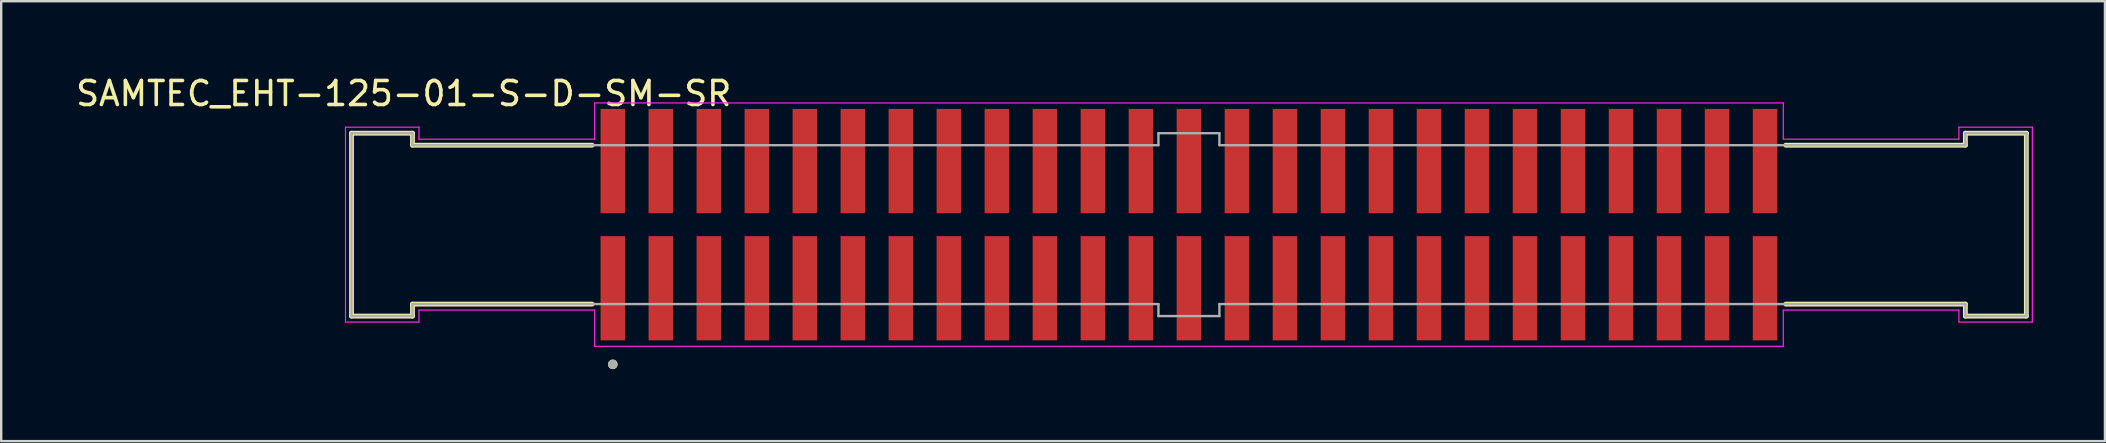
<source format=kicad_pcb>
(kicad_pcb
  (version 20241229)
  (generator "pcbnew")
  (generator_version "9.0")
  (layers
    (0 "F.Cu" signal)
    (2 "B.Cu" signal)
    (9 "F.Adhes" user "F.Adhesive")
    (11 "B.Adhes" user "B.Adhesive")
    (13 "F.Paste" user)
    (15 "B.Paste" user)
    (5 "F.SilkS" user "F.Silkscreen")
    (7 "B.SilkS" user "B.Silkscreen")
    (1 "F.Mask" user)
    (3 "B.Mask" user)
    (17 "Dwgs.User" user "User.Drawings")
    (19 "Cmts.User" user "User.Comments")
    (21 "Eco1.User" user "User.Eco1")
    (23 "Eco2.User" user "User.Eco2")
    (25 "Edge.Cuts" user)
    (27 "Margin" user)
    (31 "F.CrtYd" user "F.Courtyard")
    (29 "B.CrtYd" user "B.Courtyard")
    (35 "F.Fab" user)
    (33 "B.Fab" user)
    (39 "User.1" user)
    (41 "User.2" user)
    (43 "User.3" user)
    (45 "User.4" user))
  (footprint "SAMTEC_EHT-125-01-S-D-SM-SR"
    (layer "F.Cu")
    (at 46.478 6.308)
    (property "Reference" "SAMTEC_EHT-125-01-S-D-SM-SR" (at -32.71 -5.46 0) (layer "F.SilkS") (effects (font (size 1 1) (thickness 0.15))))
    (attr smd)
    (fp_line (start -34.885 -3.81) (end -32.345 -3.81) (stroke (width 0.2) (type solid)) (layer "F.SilkS"))
    (fp_line (start -34.885 3.81) (end -34.885 -3.81) (stroke (width 0.2) (type solid)) (layer "F.SilkS"))
    (fp_line (start -34.885 3.81) (end -32.345 3.81) (stroke (width 0.2) (type solid)) (layer "F.SilkS"))
    (fp_line (start -32.345 -3.31) (end -32.345 -3.81) (stroke (width 0.2) (type solid)) (layer "F.SilkS"))
    (fp_line (start -32.345 -3.31) (end -24.86 -3.31) (stroke (width 0.2) (type solid)) (layer "F.SilkS"))
    (fp_line (start -32.345 3.31) (end -32.345 3.81) (stroke (width 0.2) (type solid)) (layer "F.SilkS"))
    (fp_line (start -32.345 3.31) (end -24.86 3.31) (stroke (width 0.2) (type solid)) (layer "F.SilkS"))
    (fp_line (start 32.345 -3.31) (end 24.86 -3.31) (stroke (width 0.2) (type solid)) (layer "F.SilkS"))
    (fp_line (start 32.345 -3.31) (end 32.345 -3.81) (stroke (width 0.2) (type solid)) (layer "F.SilkS"))
    (fp_line (start 32.345 3.31) (end 24.86 3.31) (stroke (width 0.2) (type solid)) (layer "F.SilkS"))
    (fp_line (start 32.345 3.31) (end 32.345 3.81) (stroke (width 0.2) (type solid)) (layer "F.SilkS"))
    (fp_line (start 34.885 -3.81) (end 32.345 -3.81) (stroke (width 0.2) (type solid)) (layer "F.SilkS"))
    (fp_line (start 34.885 3.81) (end 32.345 3.81) (stroke (width 0.2) (type solid)) (layer "F.SilkS"))
    (fp_line (start 34.885 3.81) (end 34.885 -3.81) (stroke (width 0.2) (type solid)) (layer "F.SilkS"))
    (fp_circle (center -24 5.82) (end -23.9 5.82) (stroke (width 0.2) (type solid)) (fill no) (layer "F.SilkS"))
    (fp_line (start -35.135 -4.06) (end -32.075 -4.06) (stroke (width 0.05) (type solid)) (layer "F.CrtYd"))
    (fp_line (start -35.135 4.06) (end -35.135 -4.06) (stroke (width 0.05) (type solid)) (layer "F.CrtYd"))
    (fp_line (start -35.135 4.06) (end -32.075 4.06) (stroke (width 0.05) (type solid)) (layer "F.CrtYd"))
    (fp_line (start -32.075 -3.56) (end -32.075 -4.06) (stroke (width 0.05) (type solid)) (layer "F.CrtYd"))
    (fp_line (start -32.075 -3.56) (end -24.76 -3.56) (stroke (width 0.05) (type solid)) (layer "F.CrtYd"))
    (fp_line (start -32.075 3.56) (end -32.075 4.06) (stroke (width 0.05) (type solid)) (layer "F.CrtYd"))
    (fp_line (start -32.075 3.56) (end -24.76 3.56) (stroke (width 0.05) (type solid)) (layer "F.CrtYd"))
    (fp_line (start -24.76 -5.07) (end 24.76 -5.07) (stroke (width 0.05) (type solid)) (layer "F.CrtYd"))
    (fp_line (start -24.76 -3.56) (end -24.76 -5.07) (stroke (width 0.05) (type solid)) (layer "F.CrtYd"))
    (fp_line (start -24.76 3.56) (end -24.76 5.07) (stroke (width 0.05) (type solid)) (layer "F.CrtYd"))
    (fp_line (start -24.76 5.07) (end 24.76 5.07) (stroke (width 0.05) (type solid)) (layer "F.CrtYd"))
    (fp_line (start 24.76 -3.56) (end 24.76 -5.07) (stroke (width 0.05) (type solid)) (layer "F.CrtYd"))
    (fp_line (start 24.76 3.56) (end 24.76 5.07) (stroke (width 0.05) (type solid)) (layer "F.CrtYd"))
    (fp_line (start 32.075 -3.56) (end 24.76 -3.56) (stroke (width 0.05) (type solid)) (layer "F.CrtYd"))
    (fp_line (start 32.075 -3.56) (end 32.075 -4.06) (stroke (width 0.05) (type solid)) (layer "F.CrtYd"))
    (fp_line (start 32.075 3.56) (end 24.76 3.56) (stroke (width 0.05) (type solid)) (layer "F.CrtYd"))
    (fp_line (start 32.075 3.56) (end 32.075 4.06) (stroke (width 0.05) (type solid)) (layer "F.CrtYd"))
    (fp_line (start 35.135 -4.06) (end 32.075 -4.06) (stroke (width 0.05) (type solid)) (layer "F.CrtYd"))
    (fp_line (start 35.135 4.06) (end 32.075 4.06) (stroke (width 0.05) (type solid)) (layer "F.CrtYd"))
    (fp_line (start 35.135 4.06) (end 35.135 -4.06) (stroke (width 0.05) (type solid)) (layer "F.CrtYd"))
    (fp_line (start -34.885 -3.81) (end -32.345 -3.81) (stroke (width 0.1) (type solid)) (layer "F.Fab"))
    (fp_line (start -34.885 3.81) (end -34.885 -3.81) (stroke (width 0.1) (type solid)) (layer "F.Fab"))
    (fp_line (start -34.885 3.81) (end -32.345 3.81) (stroke (width 0.1) (type solid)) (layer "F.Fab"))
    (fp_line (start -32.345 -3.31) (end -32.345 -3.81) (stroke (width 0.1) (type solid)) (layer "F.Fab"))
    (fp_line (start -32.345 -3.31) (end -1.27 -3.31) (stroke (width 0.1) (type solid)) (layer "F.Fab"))
    (fp_line (start -32.345 3.31) (end -32.345 3.81) (stroke (width 0.1) (type solid)) (layer "F.Fab"))
    (fp_line (start -32.345 3.31) (end -1.27 3.31) (stroke (width 0.1) (type solid)) (layer "F.Fab"))
    (fp_line (start -1.27 -3.81) (end 1.27 -3.81) (stroke (width 0.1) (type solid)) (layer "F.Fab"))
    (fp_line (start -1.27 -3.31) (end -1.27 -3.81) (stroke (width 0.1) (type solid)) (layer "F.Fab"))
    (fp_line (start -1.27 3.31) (end -1.27 3.81) (stroke (width 0.1) (type solid)) (layer "F.Fab"))
    (fp_line (start -1.27 3.81) (end 1.27 3.81) (stroke (width 0.1) (type solid)) (layer "F.Fab"))
    (fp_line (start 1.27 -3.31) (end 1.27 -3.81) (stroke (width 0.1) (type solid)) (layer "F.Fab"))
    (fp_line (start 1.27 3.31) (end 1.27 3.81) (stroke (width 0.1) (type solid)) (layer "F.Fab"))
    (fp_line (start 32.345 -3.31) (end 1.27 -3.31) (stroke (width 0.1) (type solid)) (layer "F.Fab"))
    (fp_line (start 32.345 -3.31) (end 32.345 -3.81) (stroke (width 0.1) (type solid)) (layer "F.Fab"))
    (fp_line (start 32.345 3.31) (end 1.27 3.31) (stroke (width 0.1) (type solid)) (layer "F.Fab"))
    (fp_line (start 32.345 3.31) (end 32.345 3.81) (stroke (width 0.1) (type solid)) (layer "F.Fab"))
    (fp_line (start 34.885 -3.81) (end 32.345 -3.81) (stroke (width 0.1) (type solid)) (layer "F.Fab"))
    (fp_line (start 34.885 3.81) (end 32.345 3.81) (stroke (width 0.1) (type solid)) (layer "F.Fab"))
    (fp_line (start 34.885 3.81) (end 34.885 -3.81) (stroke (width 0.1) (type solid)) (layer "F.Fab"))
    (fp_circle (center -24 5.82) (end -23.9 5.82) (stroke (width 0.2) (type solid)) (fill no) (layer "F.Fab"))
    (pad "01" smd rect (at -24 2.65) (size 1.02 4.34) (layers "F.Cu" "F.Mask" "F.Paste"))
    (pad "02" smd rect (at -24 -2.65) (size 1.02 4.34) (layers "F.Cu" "F.Mask" "F.Paste"))
    (pad "03" smd rect (at -22 2.65) (size 1.02 4.34) (layers "F.Cu" "F.Mask" "F.Paste"))
    (pad "04" smd rect (at -22 -2.65) (size 1.02 4.34) (layers "F.Cu" "F.Mask" "F.Paste"))
    (pad "05" smd rect (at -20 2.65) (size 1.02 4.34) (layers "F.Cu" "F.Mask" "F.Paste"))
    (pad "06" smd rect (at -20 -2.65) (size 1.02 4.34) (layers "F.Cu" "F.Mask" "F.Paste"))
    (pad "07" smd rect (at -18 2.65) (size 1.02 4.34) (layers "F.Cu" "F.Mask" "F.Paste"))
    (pad "08" smd rect (at -18 -2.65) (size 1.02 4.34) (layers "F.Cu" "F.Mask" "F.Paste"))
    (pad "09" smd rect (at -16 2.65) (size 1.02 4.34) (layers "F.Cu" "F.Mask" "F.Paste"))
    (pad "10" smd rect (at -16 -2.65) (size 1.02 4.34) (layers "F.Cu" "F.Mask" "F.Paste"))
    (pad "11" smd rect (at -14 2.65) (size 1.02 4.34) (layers "F.Cu" "F.Mask" "F.Paste"))
    (pad "12" smd rect (at -14 -2.65) (size 1.02 4.34) (layers "F.Cu" "F.Mask" "F.Paste"))
    (pad "13" smd rect (at -12 2.65) (size 1.02 4.34) (layers "F.Cu" "F.Mask" "F.Paste"))
    (pad "14" smd rect (at -12 -2.65) (size 1.02 4.34) (layers "F.Cu" "F.Mask" "F.Paste"))
    (pad "15" smd rect (at -10 2.65) (size 1.02 4.34) (layers "F.Cu" "F.Mask" "F.Paste"))
    (pad "16" smd rect (at -10 -2.65) (size 1.02 4.34) (layers "F.Cu" "F.Mask" "F.Paste"))
    (pad "17" smd rect (at -8 2.65) (size 1.02 4.34) (layers "F.Cu" "F.Mask" "F.Paste"))
    (pad "18" smd rect (at -8 -2.65) (size 1.02 4.34) (layers "F.Cu" "F.Mask" "F.Paste"))
    (pad "19" smd rect (at -6 2.65) (size 1.02 4.34) (layers "F.Cu" "F.Mask" "F.Paste"))
    (pad "20" smd rect (at -6 -2.65) (size 1.02 4.34) (layers "F.Cu" "F.Mask" "F.Paste"))
    (pad "21" smd rect (at -4 2.65) (size 1.02 4.34) (layers "F.Cu" "F.Mask" "F.Paste"))
    (pad "22" smd rect (at -4 -2.65) (size 1.02 4.34) (layers "F.Cu" "F.Mask" "F.Paste"))
    (pad "23" smd rect (at -2 2.65) (size 1.02 4.34) (layers "F.Cu" "F.Mask" "F.Paste"))
    (pad "24" smd rect (at -2 -2.65) (size 1.02 4.34) (layers "F.Cu" "F.Mask" "F.Paste"))
    (pad "25" smd rect (at 0 2.65) (size 1.02 4.34) (layers "F.Cu" "F.Mask" "F.Paste"))
    (pad "26" smd rect (at 0 -2.65) (size 1.02 4.34) (layers "F.Cu" "F.Mask" "F.Paste"))
    (pad "27" smd rect (at 2 2.65) (size 1.02 4.34) (layers "F.Cu" "F.Mask" "F.Paste"))
    (pad "28" smd rect (at 2 -2.65) (size 1.02 4.34) (layers "F.Cu" "F.Mask" "F.Paste"))
    (pad "29" smd rect (at 4 2.65) (size 1.02 4.34) (layers "F.Cu" "F.Mask" "F.Paste"))
    (pad "30" smd rect (at 4 -2.65) (size 1.02 4.34) (layers "F.Cu" "F.Mask" "F.Paste"))
    (pad "31" smd rect (at 6 2.65) (size 1.02 4.34) (layers "F.Cu" "F.Mask" "F.Paste"))
    (pad "32" smd rect (at 6 -2.65) (size 1.02 4.34) (layers "F.Cu" "F.Mask" "F.Paste"))
    (pad "33" smd rect (at 8 2.65) (size 1.02 4.34) (layers "F.Cu" "F.Mask" "F.Paste"))
    (pad "34" smd rect (at 8 -2.65) (size 1.02 4.34) (layers "F.Cu" "F.Mask" "F.Paste"))
    (pad "35" smd rect (at 10 2.65) (size 1.02 4.34) (layers "F.Cu" "F.Mask" "F.Paste"))
    (pad "36" smd rect (at 10 -2.65) (size 1.02 4.34) (layers "F.Cu" "F.Mask" "F.Paste"))
    (pad "37" smd rect (at 12 2.65) (size 1.02 4.34) (layers "F.Cu" "F.Mask" "F.Paste"))
    (pad "38" smd rect (at 12 -2.65) (size 1.02 4.34) (layers "F.Cu" "F.Mask" "F.Paste"))
    (pad "39" smd rect (at 14 2.65) (size 1.02 4.34) (layers "F.Cu" "F.Mask" "F.Paste"))
    (pad "40" smd rect (at 14 -2.65) (size 1.02 4.34) (layers "F.Cu" "F.Mask" "F.Paste"))
    (pad "41" smd rect (at 16 2.65) (size 1.02 4.34) (layers "F.Cu" "F.Mask" "F.Paste"))
    (pad "42" smd rect (at 16 -2.65) (size 1.02 4.34) (layers "F.Cu" "F.Mask" "F.Paste"))
    (pad "43" smd rect (at 18 2.65) (size 1.02 4.34) (layers "F.Cu" "F.Mask" "F.Paste"))
    (pad "44" smd rect (at 18 -2.65) (size 1.02 4.34) (layers "F.Cu" "F.Mask" "F.Paste"))
    (pad "45" smd rect (at 20 2.65) (size 1.02 4.34) (layers "F.Cu" "F.Mask" "F.Paste"))
    (pad "46" smd rect (at 20 -2.65) (size 1.02 4.34) (layers "F.Cu" "F.Mask" "F.Paste"))
    (pad "47" smd rect (at 22 2.65) (size 1.02 4.34) (layers "F.Cu" "F.Mask" "F.Paste"))
    (pad "48" smd rect (at 22 -2.65) (size 1.02 4.34) (layers "F.Cu" "F.Mask" "F.Paste"))
    (pad "49" smd rect (at 24 2.65) (size 1.02 4.34) (layers "F.Cu" "F.Mask" "F.Paste"))
    (pad "50" smd rect (at 24 -2.65) (size 1.02 4.34) (layers "F.Cu" "F.Mask" "F.Paste")))
  (gr_rect
    (start -3 -3)
    (end 84.638 15.328)
    (stroke (width 0.1) (type default))
    (fill no)
    (layer "Edge.Cuts")))
</source>
